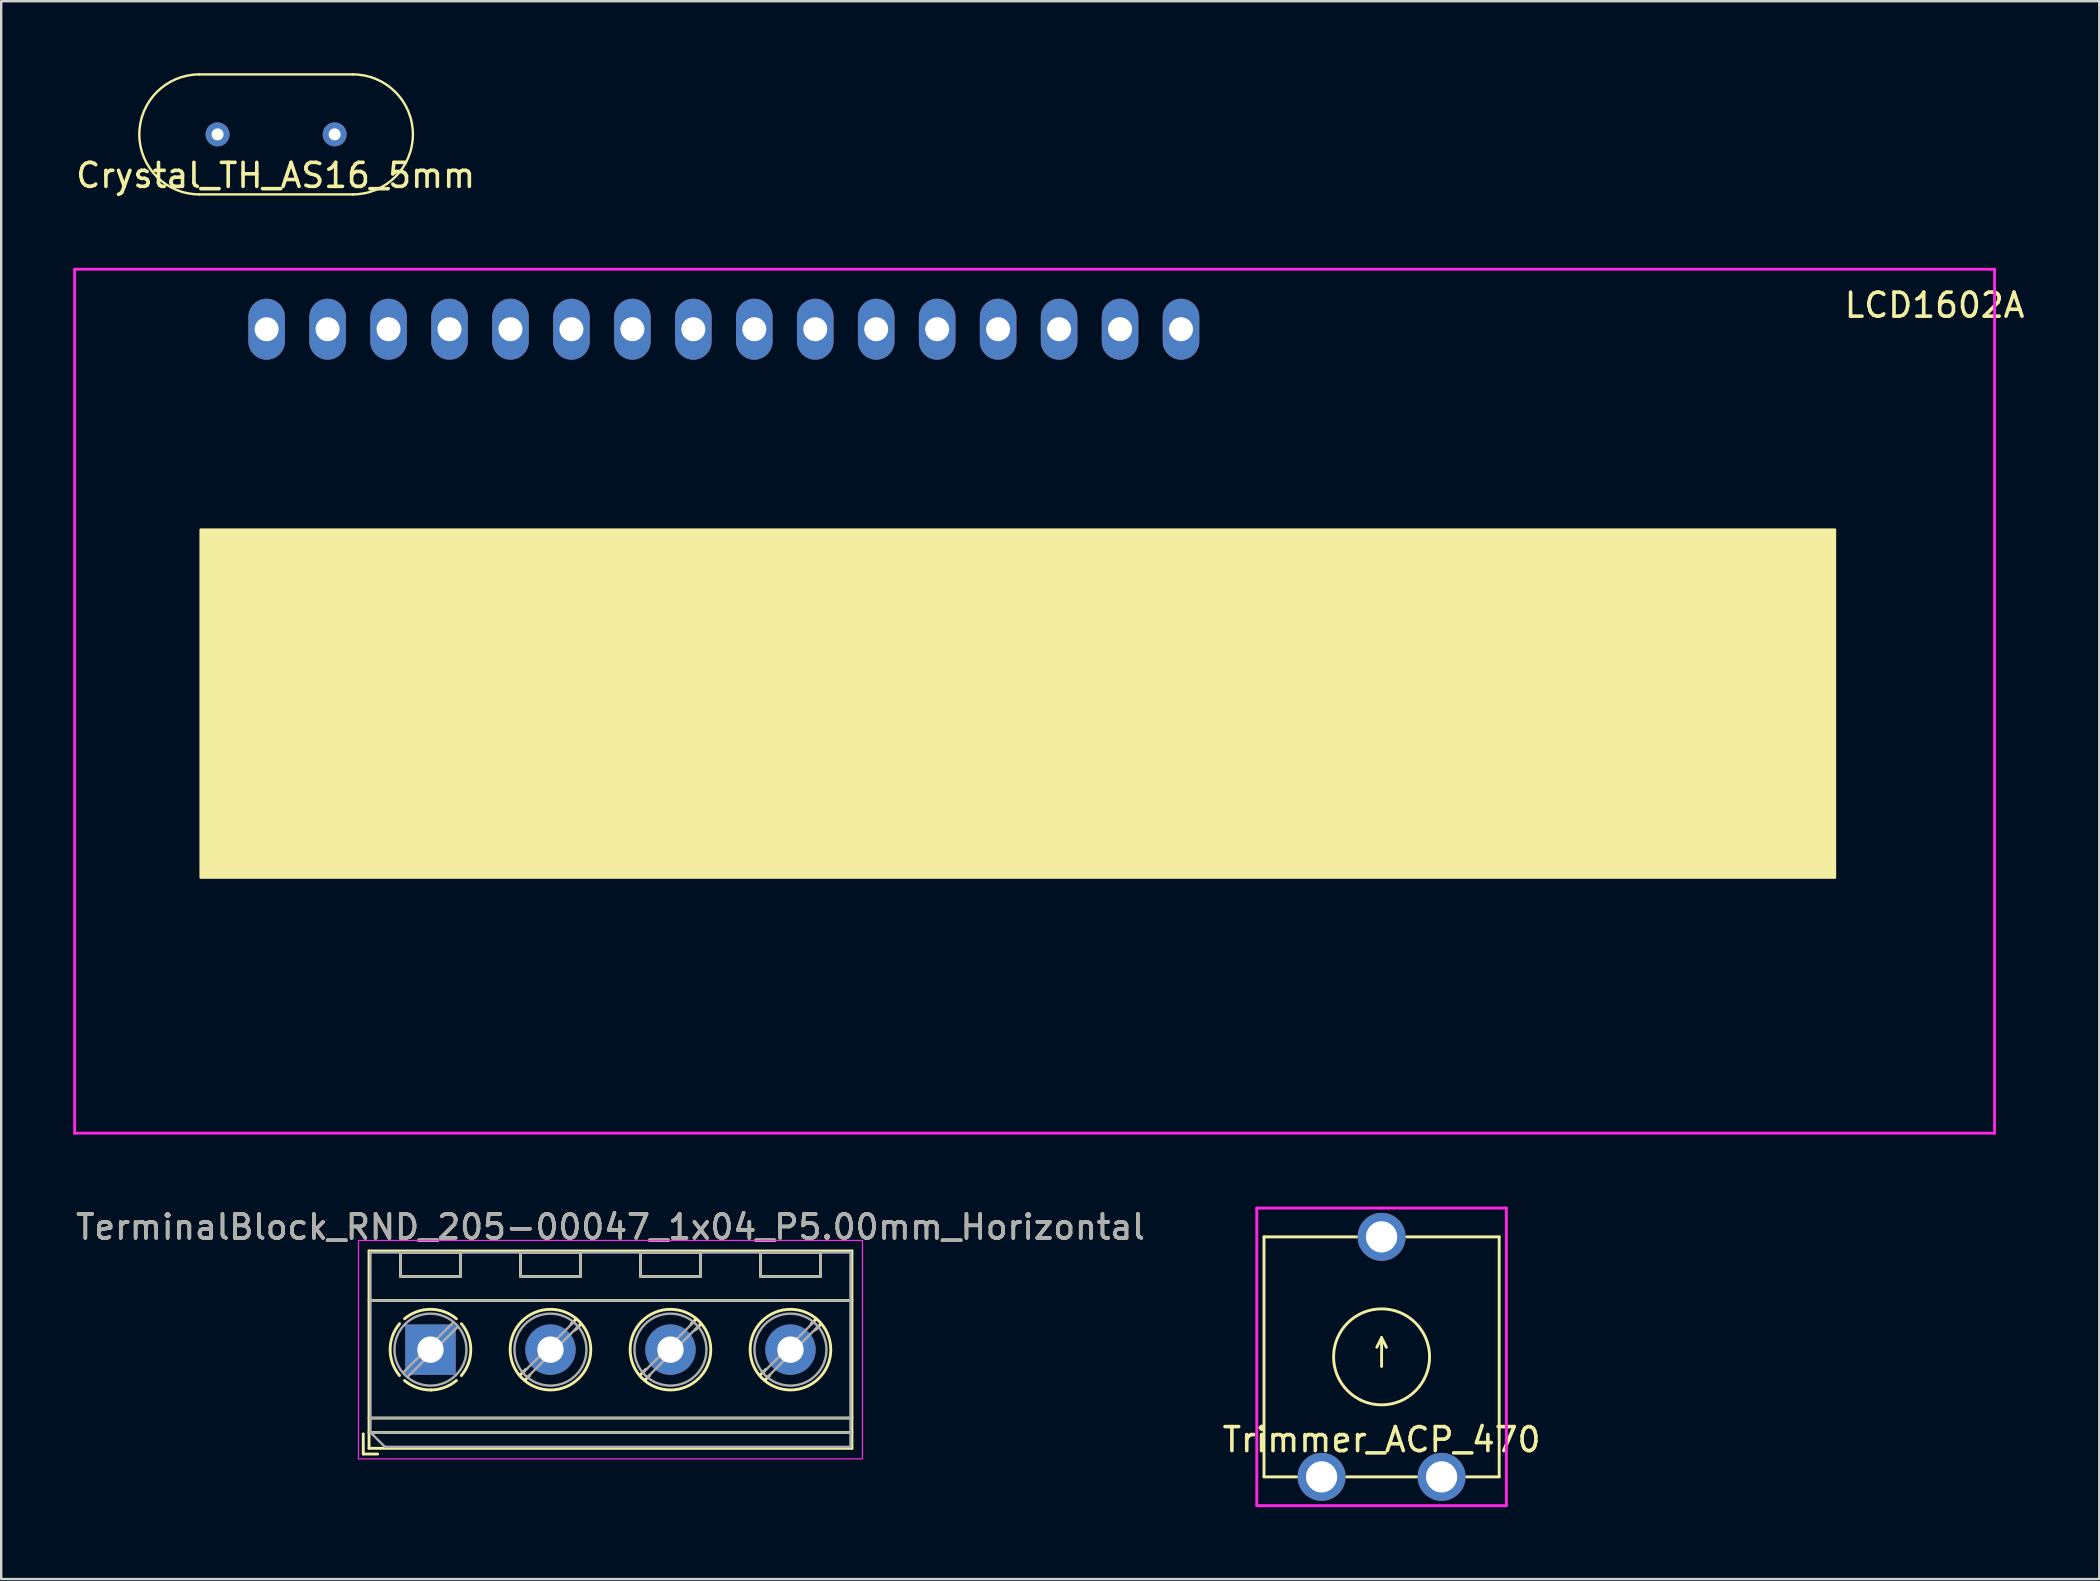
<source format=kicad_pcb>
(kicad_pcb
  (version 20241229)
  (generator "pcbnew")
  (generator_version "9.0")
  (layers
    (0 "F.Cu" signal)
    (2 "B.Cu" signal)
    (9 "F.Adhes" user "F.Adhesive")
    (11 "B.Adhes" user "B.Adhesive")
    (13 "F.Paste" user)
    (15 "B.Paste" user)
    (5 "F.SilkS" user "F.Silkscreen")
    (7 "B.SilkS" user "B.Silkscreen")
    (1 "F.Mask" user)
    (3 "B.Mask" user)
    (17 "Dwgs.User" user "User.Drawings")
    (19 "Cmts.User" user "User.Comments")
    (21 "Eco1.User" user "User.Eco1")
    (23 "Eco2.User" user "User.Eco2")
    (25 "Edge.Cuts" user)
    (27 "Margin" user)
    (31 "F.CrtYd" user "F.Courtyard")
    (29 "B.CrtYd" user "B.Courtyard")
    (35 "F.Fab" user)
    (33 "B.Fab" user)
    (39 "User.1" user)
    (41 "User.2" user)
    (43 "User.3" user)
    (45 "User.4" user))
  (footprint "Crystal_TH_AS16_5mm"
    (layer "F.Cu")
    (at 8.455 2.55)
    (property "Reference" "Crystal_TH_AS16_5mm" (at -0.02 1.71 0) (layer "F.SilkS") (effects (font (size 1 1) (thickness 0.15))))
    (attr through_hole)
    (fp_line (start -3.2 -2.5) (end 3.2 -2.5) (stroke (width 0.1) (type solid)) (layer "F.SilkS"))
    (fp_line (start -3.2 2.5) (end 3.2 2.5) (stroke (width 0.1) (type solid)) (layer "F.SilkS"))
    (fp_arc (start -3.2 2.5) (mid -5.7 0) (end -3.2 -2.5) (stroke (width 0.1) (type solid)) (layer "F.SilkS"))
    (fp_arc (start 3.2 -2.5) (mid 5.7 0) (end 3.2 2.5) (stroke (width 0.1) (type solid)) (layer "F.SilkS"))
    (pad "1" thru_hole circle (at -2.44 0) (size 1 1) (drill 0.5) (layers "*.Cu" "*.Mask"))
    (pad "2" thru_hole circle (at 2.44 0) (size 1 1) (drill 0.5) (layers "*.Cu" "*.Mask")))
  (footprint "Trimmer_ACP_470"
    (layer "F.Cu")
    (at 54.518 53.488)
    (property "Reference" "Trimmer_ACP_470" (at 0 3.45 0) (layer "F.SilkS") (effects (font (size 1 1) (thickness 0.15))))
    (attr through_hole)
    (fp_line (start -4.9 -5) (end -4.9 5) (stroke (width 0.12) (type solid)) (layer "F.SilkS"))
    (fp_line (start -4.9 -5) (end -1.05 -5) (stroke (width 0.12) (type solid)) (layer "F.SilkS"))
    (fp_line (start -4.9 5) (end -3.55 5) (stroke (width 0.12) (type solid)) (layer "F.SilkS"))
    (fp_line (start -1.45 5) (end 1.45 5) (stroke (width 0.12) (type solid)) (layer "F.SilkS"))
    (fp_line (start -0.2 -0.4) (end 0 -0.8) (stroke (width 0.12) (type solid)) (layer "F.SilkS"))
    (fp_line (start 0 -0.8) (end 0.2 -0.4) (stroke (width 0.12) (type solid)) (layer "F.SilkS"))
    (fp_line (start 0 0.4) (end 0 -0.8) (stroke (width 0.12) (type solid)) (layer "F.SilkS"))
    (fp_line (start 4.9 -5) (end 1.05 -5) (stroke (width 0.12) (type solid)) (layer "F.SilkS"))
    (fp_line (start 4.9 5) (end 3.55 5) (stroke (width 0.12) (type solid)) (layer "F.SilkS"))
    (fp_line (start 4.9 5) (end 4.9 -5) (stroke (width 0.12) (type solid)) (layer "F.SilkS"))
    (fp_circle (center 0 0) (end 2 0) (stroke (width 0.12) (type solid)) (fill no) (layer "F.SilkS"))
    (fp_line (start -5.2 -6.2) (end -5.2 6.2) (stroke (width 0.12) (type solid)) (layer "F.CrtYd"))
    (fp_line (start -5.2 6.2) (end 5.2 6.2) (stroke (width 0.12) (type solid)) (layer "F.CrtYd"))
    (fp_line (start 0 -6.2) (end -5.2 -6.2) (stroke (width 0.12) (type solid)) (layer "F.CrtYd"))
    (fp_line (start 5.2 -6.2) (end 0 -6.2) (stroke (width 0.12) (type solid)) (layer "F.CrtYd"))
    (fp_line (start 5.2 6.2) (end 5.2 -6.2) (stroke (width 0.12) (type solid)) (layer "F.CrtYd"))
    (pad "1" thru_hole circle (at -2.5 5) (size 2 2) (drill 1.3) (layers "*.Cu" "*.Mask"))
    (pad "2" thru_hole circle (at 0 -5) (size 2 2) (drill 1.3) (layers "*.Cu" "*.Mask"))
    (pad "3" thru_hole circle (at 2.5 5) (size 2 2) (drill 1.3) (layers "*.Cu" "*.Mask")))
  (footprint "TerminalBlock_RND_205-00047_1x04_P5.00mm_Horizontal"
    (layer "F.Cu")
    (at 14.887 53.187)
    (property "Reference" "TerminalBlock_RND_205-00047_1x04_P5.00mm_Horizontal" (at 7.5 -5.11 0) (layer "F.SilkS") (effects (font (size 1 1) (thickness 0.15))))
    (attr through_hole)
    (fp_line (start -2.8 3.51) (end -2.8 4.35) (stroke (width 0.12) (type solid)) (layer "F.SilkS"))
    (fp_line (start -2.8 4.35) (end -2.2 4.35) (stroke (width 0.12) (type solid)) (layer "F.SilkS"))
    (fp_line (start -2.56 -4.11) (end -2.56 4.11) (stroke (width 0.12) (type solid)) (layer "F.SilkS"))
    (fp_line (start -2.56 -4.11) (end 17.561 -4.11) (stroke (width 0.12) (type solid)) (layer "F.SilkS"))
    (fp_line (start -2.56 -2.05) (end 17.561 -2.05) (stroke (width 0.12) (type solid)) (layer "F.SilkS"))
    (fp_line (start -2.56 2.85) (end 17.561 2.85) (stroke (width 0.12) (type solid)) (layer "F.SilkS"))
    (fp_line (start -2.56 3.45) (end 17.561 3.45) (stroke (width 0.12) (type solid)) (layer "F.SilkS"))
    (fp_line (start -2.56 4.11) (end 17.561 4.11) (stroke (width 0.12) (type solid)) (layer "F.SilkS"))
    (fp_line (start -1.25 -4.05) (end -1.25 -3.05) (stroke (width 0.12) (type solid)) (layer "F.SilkS"))
    (fp_line (start -1.25 -4.05) (end 1.25 -4.05) (stroke (width 0.12) (type solid)) (layer "F.SilkS"))
    (fp_line (start -1.25 -3.05) (end 1.25 -3.05) (stroke (width 0.12) (type solid)) (layer "F.SilkS"))
    (fp_line (start 1.25 -4.05) (end 1.25 -3.05) (stroke (width 0.12) (type solid)) (layer "F.SilkS"))
    (fp_line (start 3.75 -4.05) (end 3.75 -3.05) (stroke (width 0.12) (type solid)) (layer "F.SilkS"))
    (fp_line (start 3.75 -4.05) (end 6.25 -4.05) (stroke (width 0.12) (type solid)) (layer "F.SilkS"))
    (fp_line (start 3.75 -3.05) (end 6.25 -3.05) (stroke (width 0.12) (type solid)) (layer "F.SilkS"))
    (fp_line (start 3.972 0.823) (end 3.726 1.069) (stroke (width 0.12) (type solid)) (layer "F.SilkS"))
    (fp_line (start 4.13 1.075) (end 3.931 1.274) (stroke (width 0.12) (type solid)) (layer "F.SilkS"))
    (fp_line (start 6.07 -1.275) (end 5.859 -1.064) (stroke (width 0.12) (type solid)) (layer "F.SilkS"))
    (fp_line (start 6.25 -4.05) (end 6.25 -3.05) (stroke (width 0.12) (type solid)) (layer "F.SilkS"))
    (fp_line (start 6.275 -1.069) (end 6.029 -0.823) (stroke (width 0.12) (type solid)) (layer "F.SilkS"))
    (fp_line (start 8.75 -4.05) (end 8.75 -3.05) (stroke (width 0.12) (type solid)) (layer "F.SilkS"))
    (fp_line (start 8.75 -4.05) (end 11.25 -4.05) (stroke (width 0.12) (type solid)) (layer "F.SilkS"))
    (fp_line (start 8.75 -3.05) (end 11.25 -3.05) (stroke (width 0.12) (type solid)) (layer "F.SilkS"))
    (fp_line (start 8.972 0.823) (end 8.726 1.069) (stroke (width 0.12) (type solid)) (layer "F.SilkS"))
    (fp_line (start 9.13 1.075) (end 8.931 1.274) (stroke (width 0.12) (type solid)) (layer "F.SilkS"))
    (fp_line (start 11.07 -1.275) (end 10.859 -1.064) (stroke (width 0.12) (type solid)) (layer "F.SilkS"))
    (fp_line (start 11.25 -4.05) (end 11.25 -3.05) (stroke (width 0.12) (type solid)) (layer "F.SilkS"))
    (fp_line (start 11.275 -1.069) (end 11.029 -0.823) (stroke (width 0.12) (type solid)) (layer "F.SilkS"))
    (fp_line (start 13.75 -4.05) (end 13.75 -3.05) (stroke (width 0.12) (type solid)) (layer "F.SilkS"))
    (fp_line (start 13.75 -4.05) (end 16.25 -4.05) (stroke (width 0.12) (type solid)) (layer "F.SilkS"))
    (fp_line (start 13.75 -3.05) (end 16.25 -3.05) (stroke (width 0.12) (type solid)) (layer "F.SilkS"))
    (fp_line (start 13.972 0.823) (end 13.726 1.069) (stroke (width 0.12) (type solid)) (layer "F.SilkS"))
    (fp_line (start 14.13 1.075) (end 13.931 1.274) (stroke (width 0.12) (type solid)) (layer "F.SilkS"))
    (fp_line (start 16.07 -1.275) (end 15.859 -1.064) (stroke (width 0.12) (type solid)) (layer "F.SilkS"))
    (fp_line (start 16.25 -4.05) (end 16.25 -3.05) (stroke (width 0.12) (type solid)) (layer "F.SilkS"))
    (fp_line (start 16.275 -1.069) (end 16.029 -0.823) (stroke (width 0.12) (type solid)) (layer "F.SilkS"))
    (fp_line (start 17.561 -4.11) (end 17.561 4.11) (stroke (width 0.12) (type solid)) (layer "F.SilkS"))
    (fp_arc (start -1.288062 1.079734) (mid -1.680752 -0.000826) (end -1.287 -1.081) (stroke (width 0.12) (type solid)) (layer "F.SilkS"))
    (fp_arc (start -1.079908 -1.287078) (mid 0.00006 -1.68011) (end 1.08 -1.287) (stroke (width 0.12) (type solid)) (layer "F.SilkS"))
    (fp_arc (start 0.028507 1.680511) (mid -0.561826 1.584071) (end -1.081 1.287) (stroke (width 0.12) (type solid)) (layer "F.SilkS"))
    (fp_arc (start 1.079883 1.286955) (mid 0.574594 1.578684) (end 0 1.68) (stroke (width 0.12) (type solid)) (layer "F.SilkS"))
    (fp_arc (start 1.287078 -1.079908) (mid 1.68011 0.00006) (end 1.287 1.08) (stroke (width 0.12) (type solid)) (layer "F.SilkS"))
    (fp_circle (center 5 0) (end 6.68 0) (stroke (width 0.12) (type solid)) (fill no) (layer "F.SilkS"))
    (fp_circle (center 10 0) (end 11.68 0) (stroke (width 0.12) (type solid)) (fill no) (layer "F.SilkS"))
    (fp_circle (center 15 0) (end 16.68 0) (stroke (width 0.12) (type solid)) (fill no) (layer "F.SilkS"))
    (fp_line (start -3 -4.55) (end -3 4.55) (stroke (width 0.05) (type solid)) (layer "F.CrtYd"))
    (fp_line (start -3 4.55) (end 18 4.55) (stroke (width 0.05) (type solid)) (layer "F.CrtYd"))
    (fp_line (start 18 -4.55) (end -3 -4.55) (stroke (width 0.05) (type solid)) (layer "F.CrtYd"))
    (fp_line (start 18 4.55) (end 18 -4.55) (stroke (width 0.05) (type solid)) (layer "F.CrtYd"))
    (fp_line (start -2.5 -4.05) (end 17.5 -4.05) (stroke (width 0.1) (type solid)) (layer "F.Fab"))
    (fp_line (start -2.5 -2.05) (end 17.5 -2.05) (stroke (width 0.1) (type solid)) (layer "F.Fab"))
    (fp_line (start -2.5 2.85) (end 17.5 2.85) (stroke (width 0.1) (type solid)) (layer "F.Fab"))
    (fp_line (start -2.5 3.45) (end -2.5 -4.05) (stroke (width 0.1) (type solid)) (layer "F.Fab"))
    (fp_line (start -2.5 3.45) (end 17.5 3.45) (stroke (width 0.1) (type solid)) (layer "F.Fab"))
    (fp_line (start -1.9 4.05) (end -2.5 3.45) (stroke (width 0.1) (type solid)) (layer "F.Fab"))
    (fp_line (start -1.25 -4.05) (end -1.25 -3.05) (stroke (width 0.1) (type solid)) (layer "F.Fab"))
    (fp_line (start -1.25 -3.05) (end 1.25 -3.05) (stroke (width 0.1) (type solid)) (layer "F.Fab"))
    (fp_line (start 0.955 -1.138) (end -1.138 0.955) (stroke (width 0.1) (type solid)) (layer "F.Fab"))
    (fp_line (start 1.138 -0.955) (end -0.955 1.138) (stroke (width 0.1) (type solid)) (layer "F.Fab"))
    (fp_line (start 1.25 -4.05) (end -1.25 -4.05) (stroke (width 0.1) (type solid)) (layer "F.Fab"))
    (fp_line (start 1.25 -3.05) (end 1.25 -4.05) (stroke (width 0.1) (type solid)) (layer "F.Fab"))
    (fp_line (start 3.75 -4.05) (end 3.75 -3.05) (stroke (width 0.1) (type solid)) (layer "F.Fab"))
    (fp_line (start 3.75 -3.05) (end 6.25 -3.05) (stroke (width 0.1) (type solid)) (layer "F.Fab"))
    (fp_line (start 5.955 -1.138) (end 3.863 0.955) (stroke (width 0.1) (type solid)) (layer "F.Fab"))
    (fp_line (start 6.138 -0.955) (end 4.046 1.138) (stroke (width 0.1) (type solid)) (layer "F.Fab"))
    (fp_line (start 6.25 -4.05) (end 3.75 -4.05) (stroke (width 0.1) (type solid)) (layer "F.Fab"))
    (fp_line (start 6.25 -3.05) (end 6.25 -4.05) (stroke (width 0.1) (type solid)) (layer "F.Fab"))
    (fp_line (start 8.75 -4.05) (end 8.75 -3.05) (stroke (width 0.1) (type solid)) (layer "F.Fab"))
    (fp_line (start 8.75 -3.05) (end 11.25 -3.05) (stroke (width 0.1) (type solid)) (layer "F.Fab"))
    (fp_line (start 10.955 -1.138) (end 8.863 0.955) (stroke (width 0.1) (type solid)) (layer "F.Fab"))
    (fp_line (start 11.138 -0.955) (end 9.046 1.138) (stroke (width 0.1) (type solid)) (layer "F.Fab"))
    (fp_line (start 11.25 -4.05) (end 8.75 -4.05) (stroke (width 0.1) (type solid)) (layer "F.Fab"))
    (fp_line (start 11.25 -3.05) (end 11.25 -4.05) (stroke (width 0.1) (type solid)) (layer "F.Fab"))
    (fp_line (start 13.75 -4.05) (end 13.75 -3.05) (stroke (width 0.1) (type solid)) (layer "F.Fab"))
    (fp_line (start 13.75 -3.05) (end 16.25 -3.05) (stroke (width 0.1) (type solid)) (layer "F.Fab"))
    (fp_line (start 15.955 -1.138) (end 13.863 0.955) (stroke (width 0.1) (type solid)) (layer "F.Fab"))
    (fp_line (start 16.138 -0.955) (end 14.046 1.138) (stroke (width 0.1) (type solid)) (layer "F.Fab"))
    (fp_line (start 16.25 -4.05) (end 13.75 -4.05) (stroke (width 0.1) (type solid)) (layer "F.Fab"))
    (fp_line (start 16.25 -3.05) (end 16.25 -4.05) (stroke (width 0.1) (type solid)) (layer "F.Fab"))
    (fp_line (start 17.5 -4.05) (end 17.5 4.05) (stroke (width 0.1) (type solid)) (layer "F.Fab"))
    (fp_line (start 17.5 4.05) (end -1.9 4.05) (stroke (width 0.1) (type solid)) (layer "F.Fab"))
    (fp_circle (center 0 0) (end 1.5 0) (stroke (width 0.1) (type solid)) (fill no) (layer "F.Fab"))
    (fp_circle (center 5 0) (end 6.5 0) (stroke (width 0.1) (type solid)) (fill no) (layer "F.Fab"))
    (fp_circle (center 10 0) (end 11.5 0) (stroke (width 0.1) (type solid)) (fill no) (layer "F.Fab"))
    (fp_circle (center 15 0) (end 16.5 0) (stroke (width 0.1) (type solid)) (fill no) (layer "F.Fab"))
    (fp_text user "${REFERENCE}" (at 7.5 -5.11 0) (layer "F.Fab") (effects (font (size 1 1) (thickness 0.15))))
    (pad "1" thru_hole rect (at 0 0) (size 2.1 2.1) (drill 1.1) (layers "*.Cu" "*.Mask"))
    (pad "2" thru_hole circle (at 5 0) (size 2.1 2.1) (drill 1.1) (layers "*.Cu" "*.Mask"))
    (pad "3" thru_hole circle (at 10 0) (size 2.1 2.1) (drill 1.1) (layers "*.Cu" "*.Mask"))
    (pad "4" thru_hole circle (at 15 0) (size 2.1 2.1) (drill 1.1) (layers "*.Cu" "*.Mask")))
  (footprint "LCD1602A"
    (layer "F.Cu")
    (at 40.06 26.168)
    (property "Reference" "LCD1602A" (at 37.5 -16.5 0) (layer "F.SilkS") (effects (font (size 1 1) (thickness 0.15))))
    (attr through_hole)
    (fp_poly (pts (xy 33.35 7.35) (xy -34.75 7.35) (xy -34.75 -7.15) (xy 33.35 -7.15)) (stroke (width 0.1) (type solid)) (fill yes) (layer "F.SilkS"))
    (fp_line (start -40 -18) (end 40 -18) (stroke (width 0.12) (type solid)) (layer "F.CrtYd"))
    (fp_line (start -40 18) (end -40 -18) (stroke (width 0.12) (type solid)) (layer "F.CrtYd"))
    (fp_line (start 40 -18) (end 40 18) (stroke (width 0.12) (type solid)) (layer "F.CrtYd"))
    (fp_line (start 40 18) (end -40 18) (stroke (width 0.12) (type solid)) (layer "F.CrtYd"))
    (pad "1" thru_hole oval (at -32 -15.5) (size 1.524 2.54) (drill 1) (layers "*.Cu" "*.Mask"))
    (pad "2" thru_hole oval (at -29.46 -15.5) (size 1.524 2.54) (drill 1) (layers "*.Cu" "*.Mask"))
    (pad "3" thru_hole oval (at -26.92 -15.5) (size 1.524 2.54) (drill 1) (layers "*.Cu" "*.Mask"))
    (pad "4" thru_hole oval (at -24.38 -15.5) (size 1.524 2.54) (drill 1) (layers "*.Cu" "*.Mask"))
    (pad "5" thru_hole oval (at -21.84 -15.5) (size 1.524 2.54) (drill 1) (layers "*.Cu" "*.Mask"))
    (pad "6" thru_hole oval (at -19.3 -15.5) (size 1.524 2.54) (drill 1) (layers "*.Cu" "*.Mask"))
    (pad "7" thru_hole oval (at -16.76 -15.5) (size 1.524 2.54) (drill 1) (layers "*.Cu" "*.Mask"))
    (pad "8" thru_hole oval (at -14.22 -15.5) (size 1.524 2.54) (drill 1) (layers "*.Cu" "*.Mask"))
    (pad "9" thru_hole oval (at -11.68 -15.5) (size 1.524 2.54) (drill 1) (layers "*.Cu" "*.Mask"))
    (pad "10" thru_hole oval (at -9.14 -15.5) (size 1.524 2.54) (drill 1) (layers "*.Cu" "*.Mask"))
    (pad "11" thru_hole oval (at -6.6 -15.5) (size 1.524 2.54) (drill 1) (layers "*.Cu" "*.Mask"))
    (pad "12" thru_hole oval (at -4.06 -15.5) (size 1.524 2.54) (drill 1) (layers "*.Cu" "*.Mask"))
    (pad "13" thru_hole oval (at -1.52 -15.5) (size 1.524 2.54) (drill 1) (layers "*.Cu" "*.Mask"))
    (pad "14" thru_hole oval (at 1.02 -15.5) (size 1.524 2.54) (drill 1) (layers "*.Cu" "*.Mask"))
    (pad "15" thru_hole oval (at 3.56 -15.5) (size 1.524 2.54) (drill 1) (layers "*.Cu" "*.Mask"))
    (pad "16" thru_hole oval (at 6.1 -15.5) (size 1.524 2.54) (drill 1) (layers "*.Cu" "*.Mask")))
  (gr_rect
    (start -3 -3)
    (end 84.423 62.748)
    (stroke (width 0.1) (type default))
    (fill no)
    (layer "Edge.Cuts")))
</source>
